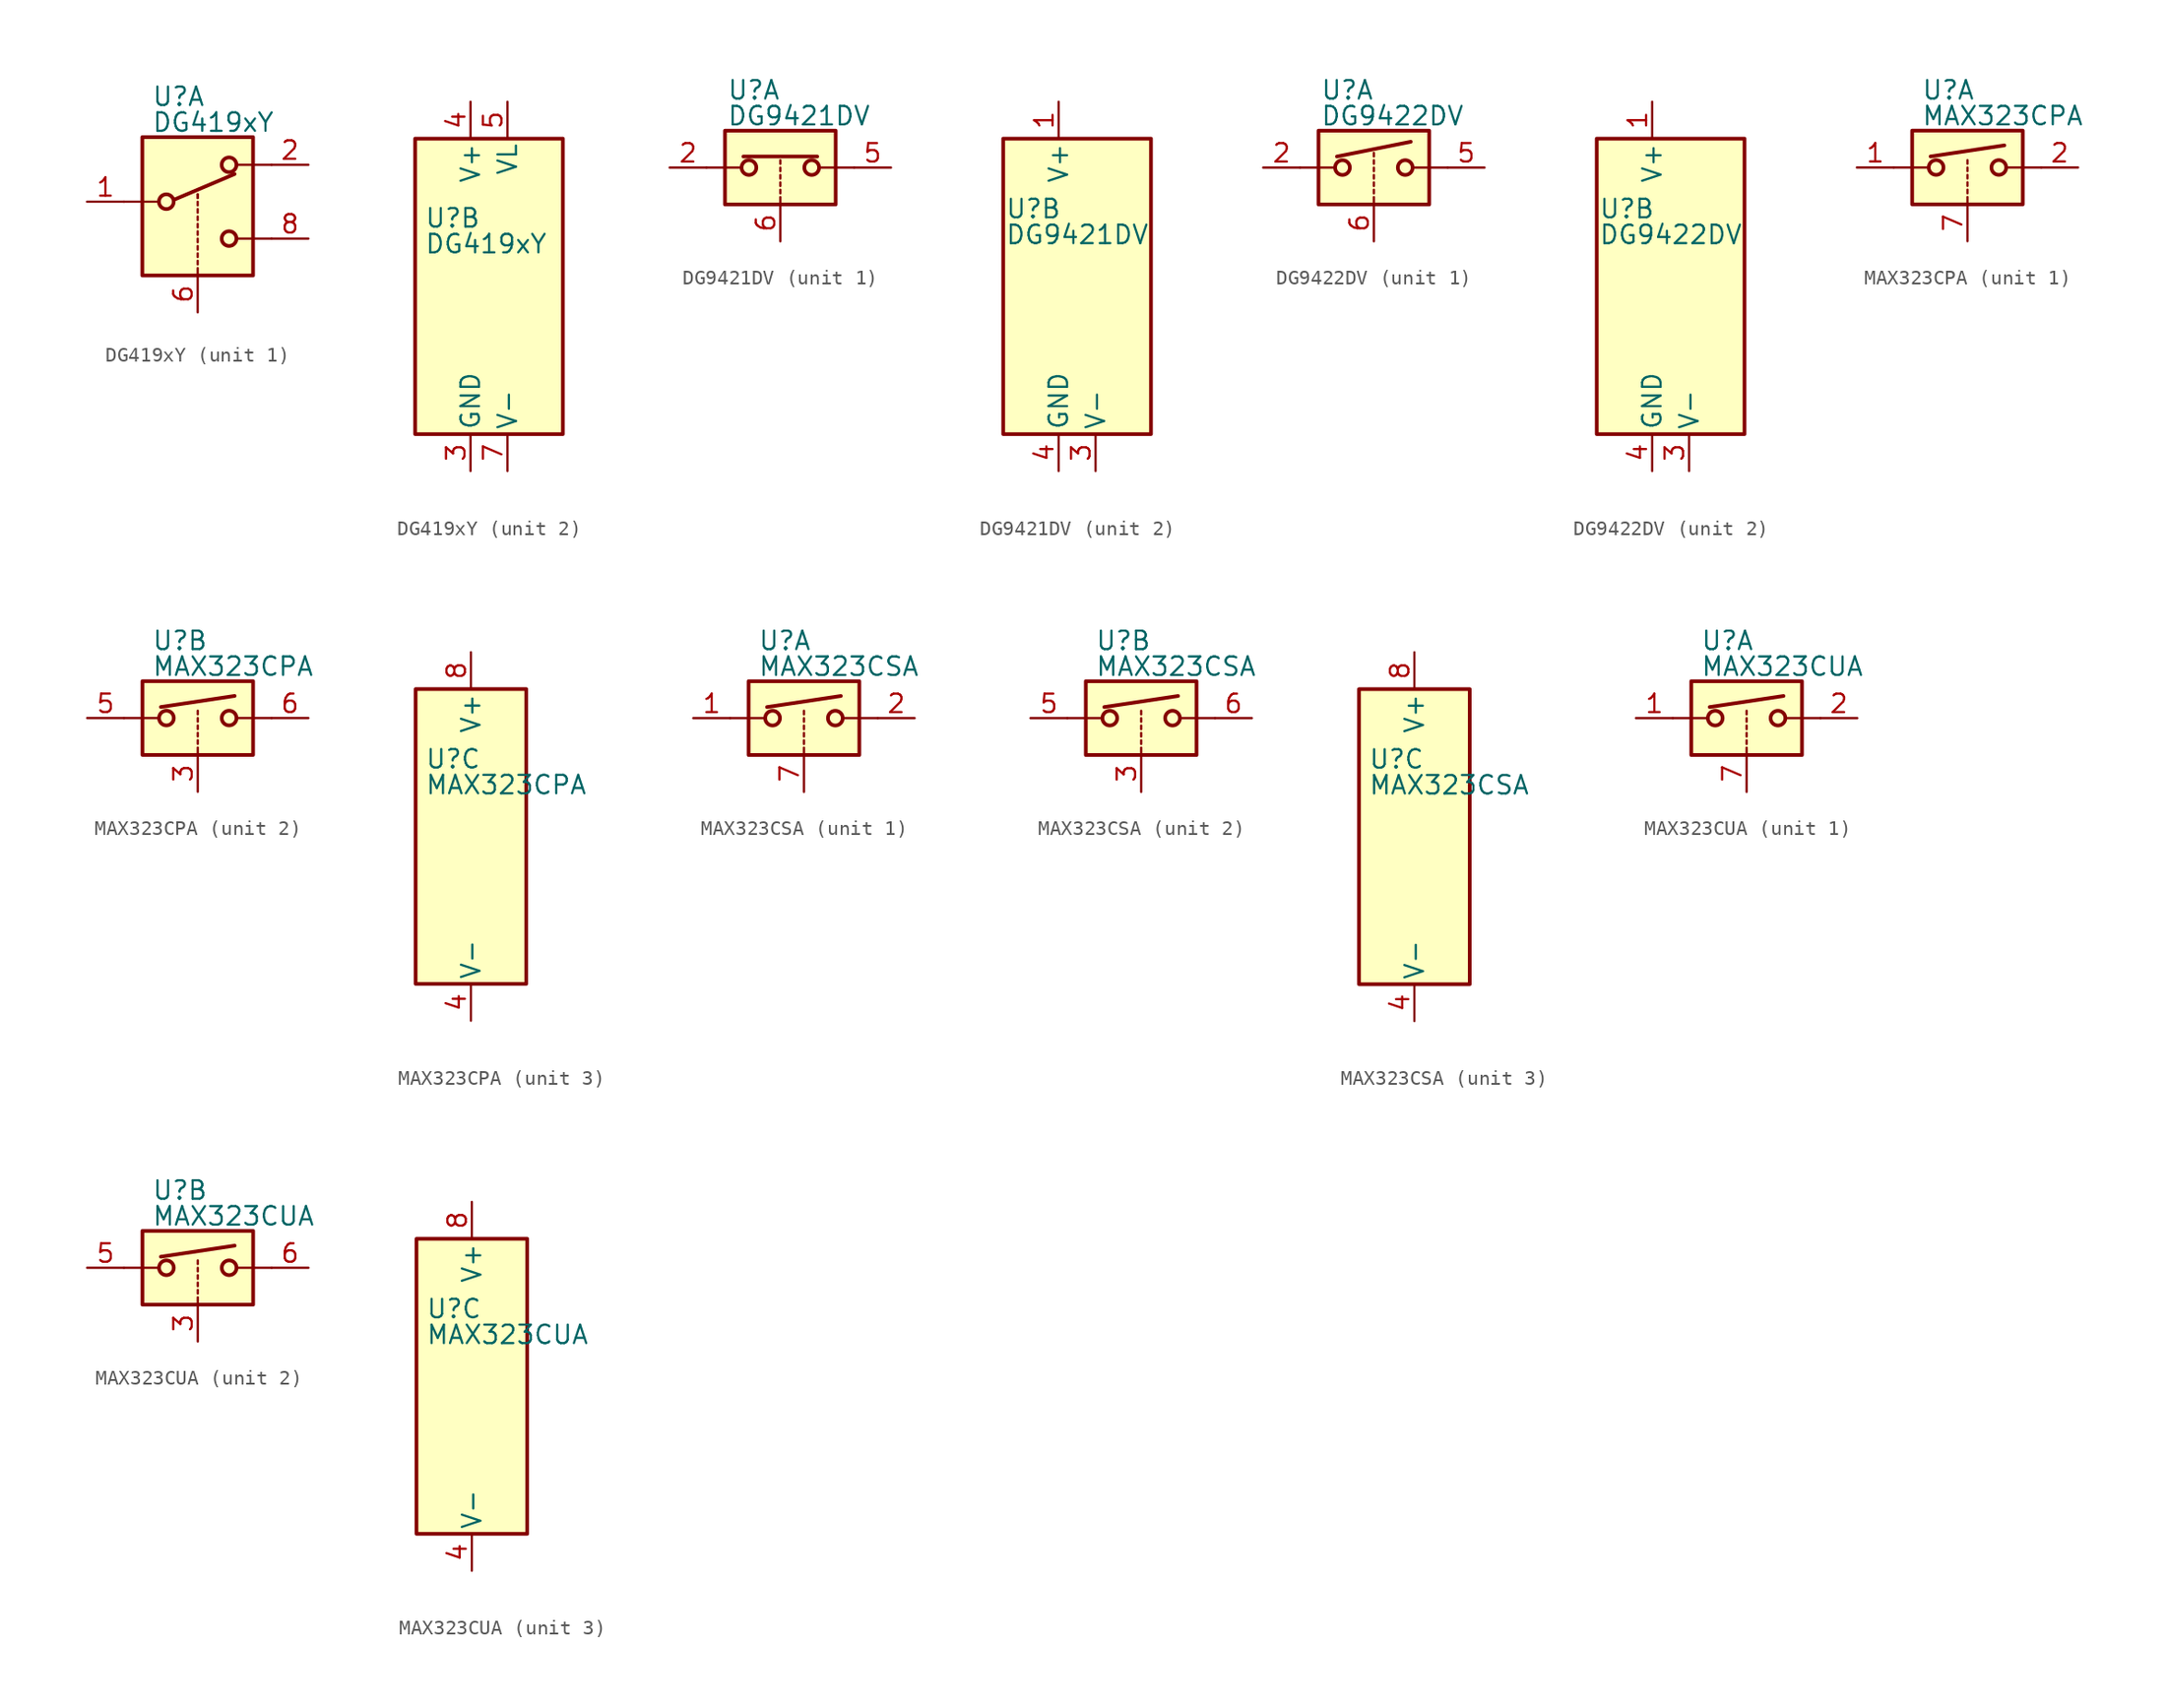
<source format=kicad_sym>
(kicad_symbol_lib
  (version 20200908)
  (generator kicad_symbol_editor)
  (symbol "Analog_Switch:DG419xY"
    (pin_names
      (offset 0.254))
    (property "Reference" "U"
      (at -3.175 4.699 0)
      (effects (font (size 1.27 1.27)) (justify left)))
    (property "Value" "DG419xY"
      (at -3.175 2.921 0)
      (effects (font (size 1.27 1.27)) (justify left)))
    (symbol "DG419xY_1_1"
      (circle (center -2.159 -2.54) (radius 0.508) (stroke (width 0.254)) (fill (type none)))
      (circle (center 2.159 -5.08) (radius 0.508) (stroke (width 0.254)) (fill (type none)))
      (circle (center 2.159 0) (radius 0.508) (stroke (width 0.254)) (fill (type none)))
      (rectangle (start -3.81 1.905) (end 3.81 -7.62) (stroke (width 0.254)) (fill (type background)))
      (polyline (pts (xy -5.08 -2.54) (xy -2.794 -2.54)) (stroke (width 0)) (fill (type none)))
      (polyline (pts (xy -1.651 -2.413) (xy 2.54 -0.635)) (stroke (width 0.254)) (fill (type none)))
      (polyline (pts (xy 0 -7.62) (xy 0 -7.112)) (stroke (width 0)) (fill (type none)))
      (polyline (pts (xy 0 -6.858) (xy 0 -6.604)) (stroke (width 0)) (fill (type none)))
      (polyline (pts (xy 0 -6.35) (xy 0 -6.096)) (stroke (width 0)) (fill (type none)))
      (polyline (pts (xy 0 -5.842) (xy 0 -5.588)) (stroke (width 0)) (fill (type none)))
      (polyline (pts (xy 0 -5.334) (xy 0 -5.08)) (stroke (width 0)) (fill (type none)))
      (polyline (pts (xy 0 -4.826) (xy 0 -4.572)) (stroke (width 0)) (fill (type none)))
      (polyline (pts (xy 0 -4.318) (xy 0 -4.064)) (stroke (width 0)) (fill (type none)))
      (polyline (pts (xy 0 -3.81) (xy 0 -3.556)) (stroke (width 0)) (fill (type none)))
      (polyline (pts (xy 0 -3.302) (xy 0 -3.048)) (stroke (width 0)) (fill (type none)))
      (polyline (pts (xy 0 -2.794) (xy 0 -2.54)) (stroke (width 0)) (fill (type none)))
      (polyline (pts (xy 0 -2.286) (xy 0 -2.032)) (stroke (width 0)) (fill (type none)))
      (polyline (pts (xy 0 -2.286) (xy 0 -2.032)) (stroke (width 0)) (fill (type none)))
      (polyline (pts (xy 5.08 -5.08) (xy 2.794 -5.08)) (stroke (width 0)) (fill (type none)))
      (polyline (pts (xy 5.08 0) (xy 2.794 0)) (stroke (width 0)) (fill (type none)))
      (pin passive line (at -7.62 -2.54 0) (length 2.54) (name "~" (effects (font (size 1.27 1.27)))) (number "1" (effects (font (size 1.27 1.27)))))
      (pin passive line (at 7.62 0 180) (length 2.54) (name "~" (effects (font (size 1.27 1.27)))) (number "2" (effects (font (size 1.27 1.27)))))
      (pin input line (at 0 -10.16 90) (length 2.54) (name "~" (effects (font (size 1.27 1.27)))) (number "6" (effects (font (size 1.27 1.27)))))
      (pin passive line (at 7.62 -5.08 180) (length 2.54) (name "~" (effects (font (size 1.27 1.27)))) (number "8" (effects (font (size 1.27 1.27))))))
    (symbol "DG419xY_2_1"
      (rectangle (start -3.81 10.16) (end 6.35 -10.16) (stroke (width 0.254)) (fill (type background))))
    (symbol "DG419xY_2_0"
      (pin power_in line (at 0 -12.7 90) (length 2.54) (name "GND" (effects (font (size 1.27 1.27)))) (number "3" (effects (font (size 1.27 1.27)))))
      (pin power_in line (at 0 12.7 270) (length 2.54) (name "V+" (effects (font (size 1.27 1.27)))) (number "4" (effects (font (size 1.27 1.27)))))
      (pin power_in line (at 2.54 12.7 270) (length 2.54) (name "VL" (effects (font (size 1.27 1.27)))) (number "5" (effects (font (size 1.27 1.27)))))
      (pin power_in line (at 2.54 -12.7 90) (length 2.54) (name "V-" (effects (font (size 1.27 1.27)))) (number "7" (effects (font (size 1.27 1.27)))))))
  (symbol "Analog_Switch:DG9421DV"
    (pin_names
      (offset 0.254))
    (property "Reference" "U"
      (at -3.683 5.334 0)
      (effects (font (size 1.27 1.27)) (justify left)))
    (property "Value" "DG9421DV"
      (at -3.683 3.556 0)
      (effects (font (size 1.27 1.27)) (justify left)))
    (symbol "DG9421DV_1_1"
      (circle (center -2.159 0) (radius 0.508) (stroke (width 0.254)) (fill (type none)))
      (circle (center 2.159 0) (radius 0.508) (stroke (width 0.254)) (fill (type none)))
      (rectangle (start -3.81 2.54) (end 3.81 -2.54) (stroke (width 0.254)) (fill (type background)))
      (polyline (pts (xy -5.08 0) (xy -2.794 0)) (stroke (width 0)) (fill (type none)))
      (polyline (pts (xy -2.54 0.762) (xy 2.54 0.762)) (stroke (width 0.254)) (fill (type none)))
      (polyline (pts (xy 0 -2.54) (xy 0 -2.032)) (stroke (width 0)) (fill (type none)))
      (polyline (pts (xy 0 -1.778) (xy 0 -1.524)) (stroke (width 0)) (fill (type none)))
      (polyline (pts (xy 0 -1.27) (xy 0 -1.016)) (stroke (width 0)) (fill (type none)))
      (polyline (pts (xy 0 -0.762) (xy 0 -0.508)) (stroke (width 0)) (fill (type none)))
      (polyline (pts (xy 0 -0.254) (xy 0 0)) (stroke (width 0)) (fill (type none)))
      (polyline (pts (xy 0 0.254) (xy 0 0.508)) (stroke (width 0)) (fill (type none)))
      (polyline (pts (xy 5.08 0) (xy 2.794 0)) (stroke (width 0)) (fill (type none)))
      (pin passive line (at -7.62 0 0) (length 2.54) (name "~" (effects (font (size 1.27 1.27)))) (number "2" (effects (font (size 1.27 1.27)))))
      (pin passive line (at 7.62 0 180) (length 2.54) (name "~" (effects (font (size 1.27 1.27)))) (number "5" (effects (font (size 1.27 1.27)))))
      (pin input line (at 0 -5.08 90) (length 2.54) (name "~" (effects (font (size 1.27 1.27)))) (number "6" (effects (font (size 1.27 1.27))))))
    (symbol "DG9421DV_2_1"
      (rectangle (start -3.81 10.16) (end 6.35 -10.16) (stroke (width 0.254)) (fill (type background))))
    (symbol "DG9421DV_2_0"
      (pin power_in line (at 0 12.7 270) (length 2.54) (name "V+" (effects (font (size 1.27 1.27)))) (number "1" (effects (font (size 1.27 1.27)))))
      (pin power_in line (at 2.54 -12.7 90) (length 2.54) (name "V-" (effects (font (size 1.27 1.27)))) (number "3" (effects (font (size 1.27 1.27)))))
      (pin power_in line (at 0 -12.7 90) (length 2.54) (name "GND" (effects (font (size 1.27 1.27)))) (number "4" (effects (font (size 1.27 1.27)))))))
  (symbol "Analog_Switch:DG9422DV"
    (pin_names
      (offset 0.254))
    (property "Reference" "U"
      (at -3.683 5.334 0)
      (effects (font (size 1.27 1.27)) (justify left)))
    (property "Value" "DG9422DV"
      (at -3.683 3.556 0)
      (effects (font (size 1.27 1.27)) (justify left)))
    (symbol "DG9422DV_1_1"
      (circle (center -2.159 0) (radius 0.508) (stroke (width 0.254)) (fill (type none)))
      (circle (center 2.159 0) (radius 0.508) (stroke (width 0.254)) (fill (type none)))
      (rectangle (start -3.81 2.54) (end 3.81 -2.54) (stroke (width 0.254)) (fill (type background)))
      (polyline (pts (xy -5.08 0) (xy -2.794 0)) (stroke (width 0)) (fill (type none)))
      (polyline (pts (xy -2.54 0.762) (xy 2.54 1.778)) (stroke (width 0.254)) (fill (type none)))
      (polyline (pts (xy 0 -2.54) (xy 0 -2.032)) (stroke (width 0)) (fill (type none)))
      (polyline (pts (xy 0 -1.778) (xy 0 -1.524)) (stroke (width 0)) (fill (type none)))
      (polyline (pts (xy 0 -1.27) (xy 0 -1.016)) (stroke (width 0)) (fill (type none)))
      (polyline (pts (xy 0 -0.762) (xy 0 -0.508)) (stroke (width 0)) (fill (type none)))
      (polyline (pts (xy 0 -0.254) (xy 0 0)) (stroke (width 0)) (fill (type none)))
      (polyline (pts (xy 0 0.254) (xy 0 0.508)) (stroke (width 0)) (fill (type none)))
      (polyline (pts (xy 0 0.762) (xy 0 1.016)) (stroke (width 0)) (fill (type none)))
      (polyline (pts (xy 5.08 0) (xy 2.794 0)) (stroke (width 0)) (fill (type none)))
      (pin passive line (at -7.62 0 0) (length 2.54) (name "~" (effects (font (size 1.27 1.27)))) (number "2" (effects (font (size 1.27 1.27)))))
      (pin passive line (at 7.62 0 180) (length 2.54) (name "~" (effects (font (size 1.27 1.27)))) (number "5" (effects (font (size 1.27 1.27)))))
      (pin input line (at 0 -5.08 90) (length 2.54) (name "~" (effects (font (size 1.27 1.27)))) (number "6" (effects (font (size 1.27 1.27))))))
    (symbol "DG9422DV_2_1"
      (rectangle (start -3.81 10.16) (end 6.35 -10.16) (stroke (width 0.254)) (fill (type background))))
    (symbol "DG9422DV_2_0"
      (pin power_in line (at 0 12.7 270) (length 2.54) (name "V+" (effects (font (size 1.27 1.27)))) (number "1" (effects (font (size 1.27 1.27)))))
      (pin power_in line (at 2.54 -12.7 90) (length 2.54) (name "V-" (effects (font (size 1.27 1.27)))) (number "3" (effects (font (size 1.27 1.27)))))
      (pin power_in line (at 0 -12.7 90) (length 2.54) (name "GND" (effects (font (size 1.27 1.27)))) (number "4" (effects (font (size 1.27 1.27)))))))
  (symbol "Analog_Switch:MAX323CPA"
    (pin_names
      (offset 0.254))
    (property "Reference" "U"
      (at -3.175 5.334 0)
      (effects (font (size 1.27 1.27)) (justify left)))
    (property "Value" "MAX323CPA"
      (at -3.175 3.556 0)
      (effects (font (size 1.27 1.27)) (justify left)))
    (symbol "MAX323CPA_1_1"
      (circle (center -2.159 0) (radius 0.508) (stroke (width 0.254)) (fill (type none)))
      (circle (center 2.159 0) (radius 0.508) (stroke (width 0.254)) (fill (type none)))
      (rectangle (start -3.81 2.54) (end 3.81 -2.54) (stroke (width 0.254)) (fill (type background)))
      (polyline (pts (xy -5.08 0) (xy -2.794 0)) (stroke (width 0)) (fill (type none)))
      (polyline (pts (xy -2.54 0.762) (xy 2.54 1.524)) (stroke (width 0.254)) (fill (type none)))
      (polyline (pts (xy 0 -2.54) (xy 0 -2.032)) (stroke (width 0)) (fill (type none)))
      (polyline (pts (xy 0 -1.778) (xy 0 -1.524)) (stroke (width 0)) (fill (type none)))
      (polyline (pts (xy 0 -1.27) (xy 0 -1.016)) (stroke (width 0)) (fill (type none)))
      (polyline (pts (xy 0 -0.762) (xy 0 -0.508)) (stroke (width 0)) (fill (type none)))
      (polyline (pts (xy 0 -0.254) (xy 0 0)) (stroke (width 0)) (fill (type none)))
      (polyline (pts (xy 0 0.254) (xy 0 0.508)) (stroke (width 0)) (fill (type none)))
      (polyline (pts (xy 5.08 0) (xy 2.794 0)) (stroke (width 0)) (fill (type none)))
      (pin passive line (at -7.62 0 0) (length 2.54) (name "~" (effects (font (size 1.27 1.27)))) (number "1" (effects (font (size 1.27 1.27)))))
      (pin passive line (at 7.62 0 180) (length 2.54) (name "~" (effects (font (size 1.27 1.27)))) (number "2" (effects (font (size 1.27 1.27)))))
      (pin input line (at 0 -5.08 90) (length 2.54) (name "~" (effects (font (size 1.27 1.27)))) (number "7" (effects (font (size 1.27 1.27))))))
    (symbol "MAX323CPA_2_1"
      (circle (center -2.159 0) (radius 0.508) (stroke (width 0.254)) (fill (type none)))
      (circle (center 2.159 0) (radius 0.508) (stroke (width 0.254)) (fill (type none)))
      (rectangle (start -3.81 2.54) (end 3.81 -2.54) (stroke (width 0.254)) (fill (type background)))
      (polyline (pts (xy -5.08 0) (xy -2.794 0)) (stroke (width 0)) (fill (type none)))
      (polyline (pts (xy -2.54 0.762) (xy 2.54 1.524)) (stroke (width 0.254)) (fill (type none)))
      (polyline (pts (xy 0 -2.54) (xy 0 -2.032)) (stroke (width 0)) (fill (type none)))
      (polyline (pts (xy 0 -1.778) (xy 0 -1.524)) (stroke (width 0)) (fill (type none)))
      (polyline (pts (xy 0 -1.27) (xy 0 -1.016)) (stroke (width 0)) (fill (type none)))
      (polyline (pts (xy 0 -0.762) (xy 0 -0.508)) (stroke (width 0)) (fill (type none)))
      (polyline (pts (xy 0 -0.254) (xy 0 0)) (stroke (width 0)) (fill (type none)))
      (polyline (pts (xy 0 0.254) (xy 0 0.508)) (stroke (width 0)) (fill (type none)))
      (polyline (pts (xy 5.08 0) (xy 2.794 0)) (stroke (width 0)) (fill (type none)))
      (pin input line (at 0 -5.08 90) (length 2.54) (name "~" (effects (font (size 1.27 1.27)))) (number "3" (effects (font (size 1.27 1.27)))))
      (pin passive line (at -7.62 0 0) (length 2.54) (name "~" (effects (font (size 1.27 1.27)))) (number "5" (effects (font (size 1.27 1.27)))))
      (pin passive line (at 7.62 0 180) (length 2.54) (name "~" (effects (font (size 1.27 1.27)))) (number "6" (effects (font (size 1.27 1.27))))))
    (symbol "MAX323CPA_3_1"
      (rectangle (start -3.81 10.16) (end 3.81 -10.16) (stroke (width 0.254)) (fill (type background))))
    (symbol "MAX323CPA_3_0"
      (pin power_in line (at 0 -12.7 90) (length 2.54) (name "V-" (effects (font (size 1.27 1.27)))) (number "4" (effects (font (size 1.27 1.27)))))
      (pin power_in line (at 0 12.7 270) (length 2.54) (name "V+" (effects (font (size 1.27 1.27)))) (number "8" (effects (font (size 1.27 1.27)))))))
  (symbol "Analog_Switch:MAX323CSA"
    (pin_names
      (offset 0.254))
    (property "Reference" "U"
      (at -3.175 5.334 0)
      (effects (font (size 1.27 1.27)) (justify left)))
    (property "Value" "MAX323CSA"
      (at -3.175 3.556 0)
      (effects (font (size 1.27 1.27)) (justify left)))
    (symbol "MAX323CSA_1_1"
      (circle (center -2.159 0) (radius 0.508) (stroke (width 0.254)) (fill (type none)))
      (circle (center 2.159 0) (radius 0.508) (stroke (width 0.254)) (fill (type none)))
      (rectangle (start -3.81 2.54) (end 3.81 -2.54) (stroke (width 0.254)) (fill (type background)))
      (polyline (pts (xy -5.08 0) (xy -2.794 0)) (stroke (width 0)) (fill (type none)))
      (polyline (pts (xy -2.54 0.762) (xy 2.54 1.524)) (stroke (width 0.254)) (fill (type none)))
      (polyline (pts (xy 0 -2.54) (xy 0 -2.032)) (stroke (width 0)) (fill (type none)))
      (polyline (pts (xy 0 -1.778) (xy 0 -1.524)) (stroke (width 0)) (fill (type none)))
      (polyline (pts (xy 0 -1.27) (xy 0 -1.016)) (stroke (width 0)) (fill (type none)))
      (polyline (pts (xy 0 -0.762) (xy 0 -0.508)) (stroke (width 0)) (fill (type none)))
      (polyline (pts (xy 0 -0.254) (xy 0 0)) (stroke (width 0)) (fill (type none)))
      (polyline (pts (xy 0 0.254) (xy 0 0.508)) (stroke (width 0)) (fill (type none)))
      (polyline (pts (xy 5.08 0) (xy 2.794 0)) (stroke (width 0)) (fill (type none)))
      (pin passive line (at -7.62 0 0) (length 2.54) (name "~" (effects (font (size 1.27 1.27)))) (number "1" (effects (font (size 1.27 1.27)))))
      (pin passive line (at 7.62 0 180) (length 2.54) (name "~" (effects (font (size 1.27 1.27)))) (number "2" (effects (font (size 1.27 1.27)))))
      (pin input line (at 0 -5.08 90) (length 2.54) (name "~" (effects (font (size 1.27 1.27)))) (number "7" (effects (font (size 1.27 1.27))))))
    (symbol "MAX323CSA_2_1"
      (circle (center -2.159 0) (radius 0.508) (stroke (width 0.254)) (fill (type none)))
      (circle (center 2.159 0) (radius 0.508) (stroke (width 0.254)) (fill (type none)))
      (rectangle (start -3.81 2.54) (end 3.81 -2.54) (stroke (width 0.254)) (fill (type background)))
      (polyline (pts (xy -5.08 0) (xy -2.794 0)) (stroke (width 0)) (fill (type none)))
      (polyline (pts (xy -2.54 0.762) (xy 2.54 1.524)) (stroke (width 0.254)) (fill (type none)))
      (polyline (pts (xy 0 -2.54) (xy 0 -2.032)) (stroke (width 0)) (fill (type none)))
      (polyline (pts (xy 0 -1.778) (xy 0 -1.524)) (stroke (width 0)) (fill (type none)))
      (polyline (pts (xy 0 -1.27) (xy 0 -1.016)) (stroke (width 0)) (fill (type none)))
      (polyline (pts (xy 0 -0.762) (xy 0 -0.508)) (stroke (width 0)) (fill (type none)))
      (polyline (pts (xy 0 -0.254) (xy 0 0)) (stroke (width 0)) (fill (type none)))
      (polyline (pts (xy 0 0.254) (xy 0 0.508)) (stroke (width 0)) (fill (type none)))
      (polyline (pts (xy 5.08 0) (xy 2.794 0)) (stroke (width 0)) (fill (type none)))
      (pin input line (at 0 -5.08 90) (length 2.54) (name "~" (effects (font (size 1.27 1.27)))) (number "3" (effects (font (size 1.27 1.27)))))
      (pin passive line (at -7.62 0 0) (length 2.54) (name "~" (effects (font (size 1.27 1.27)))) (number "5" (effects (font (size 1.27 1.27)))))
      (pin passive line (at 7.62 0 180) (length 2.54) (name "~" (effects (font (size 1.27 1.27)))) (number "6" (effects (font (size 1.27 1.27))))))
    (symbol "MAX323CSA_3_1"
      (rectangle (start -3.81 10.16) (end 3.81 -10.16) (stroke (width 0.254)) (fill (type background))))
    (symbol "MAX323CSA_3_0"
      (pin power_in line (at 0 -12.7 90) (length 2.54) (name "V-" (effects (font (size 1.27 1.27)))) (number "4" (effects (font (size 1.27 1.27)))))
      (pin power_in line (at 0 12.7 270) (length 2.54) (name "V+" (effects (font (size 1.27 1.27)))) (number "8" (effects (font (size 1.27 1.27)))))))
  (symbol "Analog_Switch:MAX323CUA"
    (pin_names
      (offset 0.254))
    (property "Reference" "U"
      (at -3.175 5.334 0)
      (effects (font (size 1.27 1.27)) (justify left)))
    (property "Value" "MAX323CUA"
      (at -3.175 3.556 0)
      (effects (font (size 1.27 1.27)) (justify left)))
    (symbol "MAX323CUA_1_1"
      (circle (center -2.159 0) (radius 0.508) (stroke (width 0.254)) (fill (type none)))
      (circle (center 2.159 0) (radius 0.508) (stroke (width 0.254)) (fill (type none)))
      (rectangle (start -3.81 2.54) (end 3.81 -2.54) (stroke (width 0.254)) (fill (type background)))
      (polyline (pts (xy -5.08 0) (xy -2.794 0)) (stroke (width 0)) (fill (type none)))
      (polyline (pts (xy -2.54 0.762) (xy 2.54 1.524)) (stroke (width 0.254)) (fill (type none)))
      (polyline (pts (xy 0 -2.54) (xy 0 -2.032)) (stroke (width 0)) (fill (type none)))
      (polyline (pts (xy 0 -1.778) (xy 0 -1.524)) (stroke (width 0)) (fill (type none)))
      (polyline (pts (xy 0 -1.27) (xy 0 -1.016)) (stroke (width 0)) (fill (type none)))
      (polyline (pts (xy 0 -0.762) (xy 0 -0.508)) (stroke (width 0)) (fill (type none)))
      (polyline (pts (xy 0 -0.254) (xy 0 0)) (stroke (width 0)) (fill (type none)))
      (polyline (pts (xy 0 0.254) (xy 0 0.508)) (stroke (width 0)) (fill (type none)))
      (polyline (pts (xy 5.08 0) (xy 2.794 0)) (stroke (width 0)) (fill (type none)))
      (pin passive line (at -7.62 0 0) (length 2.54) (name "~" (effects (font (size 1.27 1.27)))) (number "1" (effects (font (size 1.27 1.27)))))
      (pin passive line (at 7.62 0 180) (length 2.54) (name "~" (effects (font (size 1.27 1.27)))) (number "2" (effects (font (size 1.27 1.27)))))
      (pin input line (at 0 -5.08 90) (length 2.54) (name "~" (effects (font (size 1.27 1.27)))) (number "7" (effects (font (size 1.27 1.27))))))
    (symbol "MAX323CUA_2_1"
      (circle (center -2.159 0) (radius 0.508) (stroke (width 0.254)) (fill (type none)))
      (circle (center 2.159 0) (radius 0.508) (stroke (width 0.254)) (fill (type none)))
      (rectangle (start -3.81 2.54) (end 3.81 -2.54) (stroke (width 0.254)) (fill (type background)))
      (polyline (pts (xy -5.08 0) (xy -2.794 0)) (stroke (width 0)) (fill (type none)))
      (polyline (pts (xy -2.54 0.762) (xy 2.54 1.524)) (stroke (width 0.254)) (fill (type none)))
      (polyline (pts (xy 0 -2.54) (xy 0 -2.032)) (stroke (width 0)) (fill (type none)))
      (polyline (pts (xy 0 -1.778) (xy 0 -1.524)) (stroke (width 0)) (fill (type none)))
      (polyline (pts (xy 0 -1.27) (xy 0 -1.016)) (stroke (width 0)) (fill (type none)))
      (polyline (pts (xy 0 -0.762) (xy 0 -0.508)) (stroke (width 0)) (fill (type none)))
      (polyline (pts (xy 0 -0.254) (xy 0 0)) (stroke (width 0)) (fill (type none)))
      (polyline (pts (xy 0 0.254) (xy 0 0.508)) (stroke (width 0)) (fill (type none)))
      (polyline (pts (xy 5.08 0) (xy 2.794 0)) (stroke (width 0)) (fill (type none)))
      (pin input line (at 0 -5.08 90) (length 2.54) (name "~" (effects (font (size 1.27 1.27)))) (number "3" (effects (font (size 1.27 1.27)))))
      (pin passive line (at -7.62 0 0) (length 2.54) (name "~" (effects (font (size 1.27 1.27)))) (number "5" (effects (font (size 1.27 1.27)))))
      (pin passive line (at 7.62 0 180) (length 2.54) (name "~" (effects (font (size 1.27 1.27)))) (number "6" (effects (font (size 1.27 1.27))))))
    (symbol "MAX323CUA_3_1"
      (rectangle (start -3.81 10.16) (end 3.81 -10.16) (stroke (width 0.254)) (fill (type background))))
    (symbol "MAX323CUA_3_0"
      (pin power_in line (at 0 -12.7 90) (length 2.54) (name "V-" (effects (font (size 1.27 1.27)))) (number "4" (effects (font (size 1.27 1.27)))))
      (pin power_in line (at 0 12.7 270) (length 2.54) (name "V+" (effects (font (size 1.27 1.27)))) (number "8" (effects (font (size 1.27 1.27))))))))
</source>
